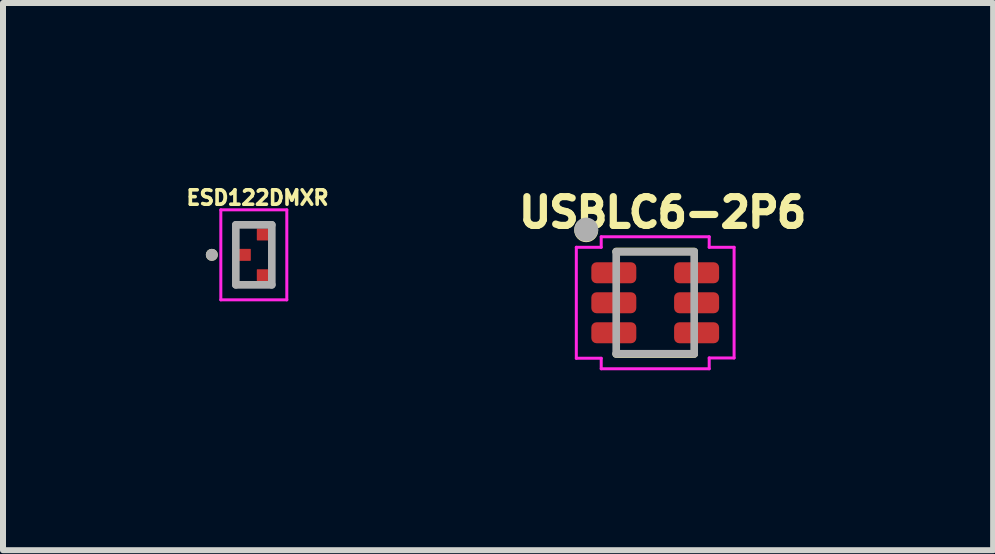
<source format=kicad_pcb>
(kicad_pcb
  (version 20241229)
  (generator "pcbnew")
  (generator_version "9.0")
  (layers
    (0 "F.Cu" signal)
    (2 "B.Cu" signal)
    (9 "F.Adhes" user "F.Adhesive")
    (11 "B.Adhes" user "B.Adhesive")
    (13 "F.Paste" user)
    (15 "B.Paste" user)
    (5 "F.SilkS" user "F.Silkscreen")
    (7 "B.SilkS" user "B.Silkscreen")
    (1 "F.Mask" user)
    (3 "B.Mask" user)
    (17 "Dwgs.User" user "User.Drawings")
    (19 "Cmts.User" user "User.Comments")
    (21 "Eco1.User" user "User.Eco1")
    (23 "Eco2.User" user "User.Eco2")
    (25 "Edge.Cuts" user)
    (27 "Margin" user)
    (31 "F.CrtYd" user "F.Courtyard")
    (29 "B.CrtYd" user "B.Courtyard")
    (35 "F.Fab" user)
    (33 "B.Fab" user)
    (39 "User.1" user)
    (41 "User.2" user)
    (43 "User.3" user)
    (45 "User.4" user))
  (footprint "ESD122DMXR"
    (layer "F.Cu")
    (at 1.181 1.198)
    (property "Reference" "ESD122DMXR" (at 0.062 -0.952 0) (layer "F.SilkS") (effects (font (size 0.24 0.24) (thickness 0.15))))
    (attr smd)
    (fp_poly (pts (xy -0.3 -0.1) (xy -0.3 0.1) (xy -0.3 0.103) (xy -0.3 0.105) (xy -0.299 0.108) (xy -0.299 0.11) (xy -0.298 0.113) (xy -0.298 0.115) (xy -0.297 0.118) (xy -0.296 0.12) (xy -0.295 0.123) (xy -0.293 0.125) (xy -0.292 0.127) (xy -0.29 0.129) (xy -0.289 0.131) (xy -0.287 0.133) (xy -0.285 0.135) (xy -0.283 0.137) (xy -0.281 0.139) (xy -0.279 0.14) (xy -0.277 0.142) (xy -0.275 0.143) (xy -0.273 0.145) (xy -0.27 0.146) (xy -0.268 0.147) (xy -0.265 0.148) (xy -0.263 0.148) (xy -0.26 0.149) (xy -0.258 0.149) (xy -0.255 0.15) (xy -0.253 0.15) (xy -0.25 0.15) (xy -0.05 0.15) (xy -0.047 0.15) (xy -0.045 0.15) (xy -0.042 0.149) (xy -0.04 0.149) (xy -0.037 0.148) (xy -0.035 0.148) (xy -0.032 0.147) (xy -0.03 0.146) (xy -0.027 0.145) (xy -0.025 0.143) (xy -0.023 0.142) (xy -0.021 0.14) (xy -0.019 0.139) (xy -0.017 0.137) (xy -0.015 0.135) (xy -0.013 0.133) (xy -0.011 0.131) (xy -0.01 0.129) (xy -0.008 0.127) (xy -0.007 0.125) (xy -0.005 0.123) (xy -0.004 0.12) (xy -0.003 0.118) (xy -0.002 0.115) (xy -0.002 0.113) (xy -0.001 0.11) (xy -0.001 0.108) (xy 0 0.105) (xy 0 0.103) (xy 0 0.1) (xy 0 -0.1) (xy 0 -0.103) (xy 0 -0.105) (xy -0.001 -0.108) (xy -0.001 -0.11) (xy -0.002 -0.113) (xy -0.002 -0.115) (xy -0.003 -0.118) (xy -0.004 -0.12) (xy -0.005 -0.123) (xy -0.007 -0.125) (xy -0.008 -0.127) (xy -0.01 -0.129) (xy -0.011 -0.131) (xy -0.013 -0.133) (xy -0.015 -0.135) (xy -0.017 -0.137) (xy -0.019 -0.139) (xy -0.021 -0.14) (xy -0.023 -0.142) (xy -0.025 -0.143) (xy -0.027 -0.145) (xy -0.03 -0.146) (xy -0.032 -0.147) (xy -0.035 -0.148) (xy -0.037 -0.148) (xy -0.04 -0.149) (xy -0.042 -0.149) (xy -0.045 -0.15) (xy -0.047 -0.15) (xy -0.05 -0.15) (xy -0.25 -0.15) (xy -0.253 -0.15) (xy -0.255 -0.15) (xy -0.258 -0.149) (xy -0.26 -0.149) (xy -0.263 -0.148) (xy -0.265 -0.148) (xy -0.268 -0.147) (xy -0.27 -0.146) (xy -0.273 -0.145) (xy -0.275 -0.143) (xy -0.277 -0.142) (xy -0.279 -0.14) (xy -0.281 -0.139) (xy -0.283 -0.137) (xy -0.285 -0.135) (xy -0.287 -0.133) (xy -0.289 -0.131) (xy -0.29 -0.129) (xy -0.292 -0.127) (xy -0.293 -0.125) (xy -0.295 -0.123) (xy -0.296 -0.12) (xy -0.297 -0.118) (xy -0.298 -0.115) (xy -0.298 -0.113) (xy -0.299 -0.11) (xy -0.299 -0.108) (xy -0.3 -0.105) (xy -0.3 -0.103) (xy -0.3 -0.1)) (stroke (width 0.01) (type solid)) (fill yes) (layer "F.Mask"))
    (fp_poly (pts (xy 0 -0.44) (xy 0 -0.24) (xy 0 -0.237) (xy 0 -0.235) (xy 0.001 -0.232) (xy 0.001 -0.23) (xy 0.002 -0.227) (xy 0.002 -0.225) (xy 0.003 -0.222) (xy 0.004 -0.22) (xy 0.005 -0.217) (xy 0.007 -0.215) (xy 0.008 -0.213) (xy 0.01 -0.211) (xy 0.011 -0.209) (xy 0.013 -0.207) (xy 0.015 -0.205) (xy 0.017 -0.203) (xy 0.019 -0.201) (xy 0.021 -0.2) (xy 0.023 -0.198) (xy 0.025 -0.197) (xy 0.027 -0.195) (xy 0.03 -0.194) (xy 0.032 -0.193) (xy 0.035 -0.192) (xy 0.037 -0.192) (xy 0.04 -0.191) (xy 0.042 -0.191) (xy 0.045 -0.19) (xy 0.047 -0.19) (xy 0.05 -0.19) (xy 0.25 -0.19) (xy 0.253 -0.19) (xy 0.255 -0.19) (xy 0.258 -0.191) (xy 0.26 -0.191) (xy 0.263 -0.192) (xy 0.265 -0.192) (xy 0.268 -0.193) (xy 0.27 -0.194) (xy 0.273 -0.195) (xy 0.275 -0.197) (xy 0.277 -0.198) (xy 0.279 -0.2) (xy 0.281 -0.201) (xy 0.283 -0.203) (xy 0.285 -0.205) (xy 0.287 -0.207) (xy 0.289 -0.209) (xy 0.29 -0.211) (xy 0.292 -0.213) (xy 0.293 -0.215) (xy 0.295 -0.217) (xy 0.296 -0.22) (xy 0.297 -0.222) (xy 0.298 -0.225) (xy 0.298 -0.227) (xy 0.299 -0.23) (xy 0.299 -0.232) (xy 0.3 -0.235) (xy 0.3 -0.237) (xy 0.3 -0.24) (xy 0.3 -0.44) (xy 0.3 -0.443) (xy 0.3 -0.445) (xy 0.299 -0.448) (xy 0.299 -0.45) (xy 0.298 -0.453) (xy 0.298 -0.455) (xy 0.297 -0.458) (xy 0.296 -0.46) (xy 0.295 -0.463) (xy 0.293 -0.465) (xy 0.292 -0.467) (xy 0.29 -0.469) (xy 0.289 -0.471) (xy 0.287 -0.473) (xy 0.285 -0.475) (xy 0.283 -0.477) (xy 0.281 -0.479) (xy 0.279 -0.48) (xy 0.277 -0.482) (xy 0.275 -0.483) (xy 0.273 -0.485) (xy 0.27 -0.486) (xy 0.268 -0.487) (xy 0.265 -0.488) (xy 0.263 -0.488) (xy 0.26 -0.489) (xy 0.258 -0.489) (xy 0.255 -0.49) (xy 0.253 -0.49) (xy 0.25 -0.49) (xy 0.05 -0.49) (xy 0.047 -0.49) (xy 0.045 -0.49) (xy 0.042 -0.489) (xy 0.04 -0.489) (xy 0.037 -0.488) (xy 0.035 -0.488) (xy 0.032 -0.487) (xy 0.03 -0.486) (xy 0.027 -0.485) (xy 0.025 -0.483) (xy 0.023 -0.482) (xy 0.021 -0.48) (xy 0.019 -0.479) (xy 0.017 -0.477) (xy 0.015 -0.475) (xy 0.013 -0.473) (xy 0.011 -0.471) (xy 0.01 -0.469) (xy 0.008 -0.467) (xy 0.007 -0.465) (xy 0.005 -0.463) (xy 0.004 -0.46) (xy 0.003 -0.458) (xy 0.002 -0.455) (xy 0.002 -0.453) (xy 0.001 -0.45) (xy 0.001 -0.448) (xy 0 -0.445) (xy 0 -0.443) (xy 0 -0.44)) (stroke (width 0.01) (type solid)) (fill yes) (layer "F.Mask"))
    (fp_poly (pts (xy 0 0.24) (xy 0 0.44) (xy 0 0.443) (xy 0 0.445) (xy 0.001 0.448) (xy 0.001 0.45) (xy 0.002 0.453) (xy 0.002 0.455) (xy 0.003 0.458) (xy 0.004 0.46) (xy 0.005 0.463) (xy 0.007 0.465) (xy 0.008 0.467) (xy 0.01 0.469) (xy 0.011 0.471) (xy 0.013 0.473) (xy 0.015 0.475) (xy 0.017 0.477) (xy 0.019 0.479) (xy 0.021 0.48) (xy 0.023 0.482) (xy 0.025 0.483) (xy 0.027 0.485) (xy 0.03 0.486) (xy 0.032 0.487) (xy 0.035 0.488) (xy 0.037 0.488) (xy 0.04 0.489) (xy 0.042 0.489) (xy 0.045 0.49) (xy 0.047 0.49) (xy 0.05 0.49) (xy 0.25 0.49) (xy 0.253 0.49) (xy 0.255 0.49) (xy 0.258 0.489) (xy 0.26 0.489) (xy 0.263 0.488) (xy 0.265 0.488) (xy 0.268 0.487) (xy 0.27 0.486) (xy 0.273 0.485) (xy 0.275 0.483) (xy 0.277 0.482) (xy 0.279 0.48) (xy 0.281 0.479) (xy 0.283 0.477) (xy 0.285 0.475) (xy 0.287 0.473) (xy 0.289 0.471) (xy 0.29 0.469) (xy 0.292 0.467) (xy 0.293 0.465) (xy 0.295 0.463) (xy 0.296 0.46) (xy 0.297 0.458) (xy 0.298 0.455) (xy 0.298 0.453) (xy 0.299 0.45) (xy 0.299 0.448) (xy 0.3 0.445) (xy 0.3 0.443) (xy 0.3 0.44) (xy 0.3 0.24) (xy 0.3 0.237) (xy 0.3 0.235) (xy 0.299 0.232) (xy 0.299 0.23) (xy 0.298 0.227) (xy 0.298 0.225) (xy 0.297 0.222) (xy 0.296 0.22) (xy 0.295 0.217) (xy 0.293 0.215) (xy 0.292 0.213) (xy 0.29 0.211) (xy 0.289 0.209) (xy 0.287 0.207) (xy 0.285 0.205) (xy 0.283 0.203) (xy 0.281 0.201) (xy 0.279 0.2) (xy 0.277 0.198) (xy 0.275 0.197) (xy 0.273 0.195) (xy 0.27 0.194) (xy 0.268 0.193) (xy 0.265 0.192) (xy 0.263 0.192) (xy 0.26 0.191) (xy 0.258 0.191) (xy 0.255 0.19) (xy 0.253 0.19) (xy 0.25 0.19) (xy 0.05 0.19) (xy 0.047 0.19) (xy 0.045 0.19) (xy 0.042 0.191) (xy 0.04 0.191) (xy 0.037 0.192) (xy 0.035 0.192) (xy 0.032 0.193) (xy 0.03 0.194) (xy 0.027 0.195) (xy 0.025 0.197) (xy 0.023 0.198) (xy 0.021 0.2) (xy 0.019 0.201) (xy 0.017 0.203) (xy 0.015 0.205) (xy 0.013 0.207) (xy 0.011 0.209) (xy 0.01 0.211) (xy 0.008 0.213) (xy 0.007 0.215) (xy 0.005 0.217) (xy 0.004 0.22) (xy 0.003 0.222) (xy 0.002 0.225) (xy 0.002 0.227) (xy 0.001 0.23) (xy 0.001 0.232) (xy 0 0.235) (xy 0 0.237) (xy 0 0.24)) (stroke (width 0.01) (type solid)) (fill yes) (layer "F.Mask"))
    (fp_circle (center -0.7 0) (end -0.65 0) (stroke (width 0.1) (type solid)) (fill no) (layer "F.SilkS"))
    (fp_poly (pts (xy -0.205 -0.105) (xy -0.208 -0.105) (xy -0.21 -0.105) (xy -0.213 -0.104) (xy -0.215 -0.104) (xy -0.218 -0.103) (xy -0.22 -0.103) (xy -0.223 -0.102) (xy -0.225 -0.101) (xy -0.228 -0.1) (xy -0.23 -0.098) (xy -0.232 -0.097) (xy -0.234 -0.095) (xy -0.236 -0.094) (xy -0.238 -0.092) (xy -0.24 -0.09) (xy -0.242 -0.088) (xy -0.244 -0.086) (xy -0.245 -0.084) (xy -0.247 -0.082) (xy -0.248 -0.08) (xy -0.25 -0.078) (xy -0.251 -0.075) (xy -0.252 -0.073) (xy -0.253 -0.07) (xy -0.253 -0.068) (xy -0.254 -0.065) (xy -0.254 -0.063) (xy -0.255 -0.06) (xy -0.255 -0.058) (xy -0.255 -0.055) (xy -0.255 0.055) (xy -0.255 0.058) (xy -0.255 0.06) (xy -0.254 0.063) (xy -0.254 0.065) (xy -0.253 0.068) (xy -0.253 0.07) (xy -0.252 0.073) (xy -0.251 0.075) (xy -0.25 0.078) (xy -0.248 0.08) (xy -0.247 0.082) (xy -0.245 0.084) (xy -0.244 0.086) (xy -0.242 0.088) (xy -0.24 0.09) (xy -0.238 0.092) (xy -0.236 0.094) (xy -0.234 0.095) (xy -0.232 0.097) (xy -0.23 0.098) (xy -0.228 0.1) (xy -0.225 0.101) (xy -0.223 0.102) (xy -0.22 0.103) (xy -0.218 0.103) (xy -0.215 0.104) (xy -0.213 0.104) (xy -0.21 0.105) (xy -0.208 0.105) (xy -0.205 0.105) (xy -0.095 0.105) (xy -0.092 0.105) (xy -0.09 0.105) (xy -0.087 0.104) (xy -0.085 0.104) (xy -0.082 0.103) (xy -0.08 0.103) (xy -0.077 0.102) (xy -0.075 0.101) (xy -0.072 0.1) (xy -0.07 0.098) (xy -0.068 0.097) (xy -0.066 0.095) (xy -0.064 0.094) (xy -0.062 0.092) (xy -0.06 0.09) (xy -0.058 0.088) (xy -0.056 0.086) (xy -0.055 0.084) (xy -0.053 0.082) (xy -0.052 0.08) (xy -0.05 0.078) (xy -0.049 0.075) (xy -0.048 0.073) (xy -0.047 0.07) (xy -0.047 0.068) (xy -0.046 0.065) (xy -0.046 0.063) (xy -0.045 0.06) (xy -0.045 0.058) (xy -0.045 0.055) (xy -0.045 -0.055) (xy -0.045 -0.058) (xy -0.045 -0.06) (xy -0.046 -0.063) (xy -0.046 -0.065) (xy -0.047 -0.068) (xy -0.047 -0.07) (xy -0.048 -0.073) (xy -0.049 -0.075) (xy -0.05 -0.078) (xy -0.052 -0.08) (xy -0.053 -0.082) (xy -0.055 -0.084) (xy -0.056 -0.086) (xy -0.058 -0.088) (xy -0.06 -0.09) (xy -0.062 -0.092) (xy -0.064 -0.094) (xy -0.066 -0.095) (xy -0.068 -0.097) (xy -0.07 -0.098) (xy -0.072 -0.1) (xy -0.075 -0.101) (xy -0.077 -0.102) (xy -0.08 -0.103) (xy -0.082 -0.103) (xy -0.085 -0.104) (xy -0.087 -0.104) (xy -0.09 -0.105) (xy -0.092 -0.105) (xy -0.095 -0.105) (xy -0.205 -0.105)) (stroke (width 0.01) (type solid)) (fill yes) (layer "F.Paste"))
    (fp_poly (pts (xy 0.095 -0.445) (xy 0.092 -0.445) (xy 0.09 -0.445) (xy 0.087 -0.444) (xy 0.085 -0.444) (xy 0.082 -0.443) (xy 0.08 -0.443) (xy 0.077 -0.442) (xy 0.075 -0.441) (xy 0.072 -0.44) (xy 0.07 -0.438) (xy 0.068 -0.437) (xy 0.066 -0.435) (xy 0.064 -0.434) (xy 0.062 -0.432) (xy 0.06 -0.43) (xy 0.058 -0.428) (xy 0.056 -0.426) (xy 0.055 -0.424) (xy 0.053 -0.422) (xy 0.052 -0.42) (xy 0.05 -0.418) (xy 0.049 -0.415) (xy 0.048 -0.413) (xy 0.047 -0.41) (xy 0.047 -0.408) (xy 0.046 -0.405) (xy 0.046 -0.403) (xy 0.045 -0.4) (xy 0.045 -0.398) (xy 0.045 -0.395) (xy 0.045 -0.285) (xy 0.045 -0.282) (xy 0.045 -0.28) (xy 0.046 -0.277) (xy 0.046 -0.275) (xy 0.047 -0.272) (xy 0.047 -0.27) (xy 0.048 -0.267) (xy 0.049 -0.265) (xy 0.05 -0.262) (xy 0.052 -0.26) (xy 0.053 -0.258) (xy 0.055 -0.256) (xy 0.056 -0.254) (xy 0.058 -0.252) (xy 0.06 -0.25) (xy 0.062 -0.248) (xy 0.064 -0.246) (xy 0.066 -0.245) (xy 0.068 -0.243) (xy 0.07 -0.242) (xy 0.072 -0.24) (xy 0.075 -0.239) (xy 0.077 -0.238) (xy 0.08 -0.237) (xy 0.082 -0.237) (xy 0.085 -0.236) (xy 0.087 -0.236) (xy 0.09 -0.235) (xy 0.092 -0.235) (xy 0.095 -0.235) (xy 0.205 -0.235) (xy 0.208 -0.235) (xy 0.21 -0.235) (xy 0.213 -0.236) (xy 0.215 -0.236) (xy 0.218 -0.237) (xy 0.22 -0.237) (xy 0.223 -0.238) (xy 0.225 -0.239) (xy 0.228 -0.24) (xy 0.23 -0.242) (xy 0.232 -0.243) (xy 0.234 -0.245) (xy 0.236 -0.246) (xy 0.238 -0.248) (xy 0.24 -0.25) (xy 0.242 -0.252) (xy 0.244 -0.254) (xy 0.245 -0.256) (xy 0.247 -0.258) (xy 0.248 -0.26) (xy 0.25 -0.262) (xy 0.251 -0.265) (xy 0.252 -0.267) (xy 0.253 -0.27) (xy 0.253 -0.272) (xy 0.254 -0.275) (xy 0.254 -0.277) (xy 0.255 -0.28) (xy 0.255 -0.282) (xy 0.255 -0.285) (xy 0.255 -0.395) (xy 0.255 -0.398) (xy 0.255 -0.4) (xy 0.254 -0.403) (xy 0.254 -0.405) (xy 0.253 -0.408) (xy 0.253 -0.41) (xy 0.252 -0.413) (xy 0.251 -0.415) (xy 0.25 -0.418) (xy 0.248 -0.42) (xy 0.247 -0.422) (xy 0.245 -0.424) (xy 0.244 -0.426) (xy 0.242 -0.428) (xy 0.24 -0.43) (xy 0.238 -0.432) (xy 0.236 -0.434) (xy 0.234 -0.435) (xy 0.232 -0.437) (xy 0.23 -0.438) (xy 0.228 -0.44) (xy 0.225 -0.441) (xy 0.223 -0.442) (xy 0.22 -0.443) (xy 0.218 -0.443) (xy 0.215 -0.444) (xy 0.213 -0.444) (xy 0.21 -0.445) (xy 0.208 -0.445) (xy 0.205 -0.445) (xy 0.095 -0.445)) (stroke (width 0.01) (type solid)) (fill yes) (layer "F.Paste"))
    (fp_poly (pts (xy 0.095 0.235) (xy 0.092 0.235) (xy 0.09 0.235) (xy 0.087 0.236) (xy 0.085 0.236) (xy 0.082 0.237) (xy 0.08 0.237) (xy 0.077 0.238) (xy 0.075 0.239) (xy 0.072 0.24) (xy 0.07 0.242) (xy 0.068 0.243) (xy 0.066 0.245) (xy 0.064 0.246) (xy 0.062 0.248) (xy 0.06 0.25) (xy 0.058 0.252) (xy 0.056 0.254) (xy 0.055 0.256) (xy 0.053 0.258) (xy 0.052 0.26) (xy 0.05 0.262) (xy 0.049 0.265) (xy 0.048 0.267) (xy 0.047 0.27) (xy 0.047 0.272) (xy 0.046 0.275) (xy 0.046 0.277) (xy 0.045 0.28) (xy 0.045 0.282) (xy 0.045 0.285) (xy 0.045 0.395) (xy 0.045 0.398) (xy 0.045 0.4) (xy 0.046 0.403) (xy 0.046 0.405) (xy 0.047 0.408) (xy 0.047 0.41) (xy 0.048 0.413) (xy 0.049 0.415) (xy 0.05 0.418) (xy 0.052 0.42) (xy 0.053 0.422) (xy 0.055 0.424) (xy 0.056 0.426) (xy 0.058 0.428) (xy 0.06 0.43) (xy 0.062 0.432) (xy 0.064 0.434) (xy 0.066 0.435) (xy 0.068 0.437) (xy 0.07 0.438) (xy 0.072 0.44) (xy 0.075 0.441) (xy 0.077 0.442) (xy 0.08 0.443) (xy 0.082 0.443) (xy 0.085 0.444) (xy 0.087 0.444) (xy 0.09 0.445) (xy 0.092 0.445) (xy 0.095 0.445) (xy 0.205 0.445) (xy 0.208 0.445) (xy 0.21 0.445) (xy 0.213 0.444) (xy 0.215 0.444) (xy 0.218 0.443) (xy 0.22 0.443) (xy 0.223 0.442) (xy 0.225 0.441) (xy 0.228 0.44) (xy 0.23 0.438) (xy 0.232 0.437) (xy 0.234 0.435) (xy 0.236 0.434) (xy 0.238 0.432) (xy 0.24 0.43) (xy 0.242 0.428) (xy 0.244 0.426) (xy 0.245 0.424) (xy 0.247 0.422) (xy 0.248 0.42) (xy 0.25 0.418) (xy 0.251 0.415) (xy 0.252 0.413) (xy 0.253 0.41) (xy 0.253 0.408) (xy 0.254 0.405) (xy 0.254 0.403) (xy 0.255 0.4) (xy 0.255 0.398) (xy 0.255 0.395) (xy 0.255 0.285) (xy 0.255 0.282) (xy 0.255 0.28) (xy 0.254 0.277) (xy 0.254 0.275) (xy 0.253 0.272) (xy 0.253 0.27) (xy 0.252 0.267) (xy 0.251 0.265) (xy 0.25 0.262) (xy 0.248 0.26) (xy 0.247 0.258) (xy 0.245 0.256) (xy 0.244 0.254) (xy 0.242 0.252) (xy 0.24 0.25) (xy 0.238 0.248) (xy 0.236 0.246) (xy 0.234 0.245) (xy 0.232 0.243) (xy 0.23 0.242) (xy 0.228 0.24) (xy 0.225 0.239) (xy 0.223 0.238) (xy 0.22 0.237) (xy 0.218 0.237) (xy 0.215 0.236) (xy 0.213 0.236) (xy 0.21 0.235) (xy 0.208 0.235) (xy 0.205 0.235) (xy 0.095 0.235)) (stroke (width 0.01) (type solid)) (fill yes) (layer "F.Paste"))
    (fp_line (start -0.55 -0.75) (end -0.55 0.75) (stroke (width 0.05) (type solid)) (layer "F.CrtYd"))
    (fp_line (start -0.55 0.75) (end 0.55 0.75) (stroke (width 0.05) (type solid)) (layer "F.CrtYd"))
    (fp_line (start 0.55 -0.75) (end -0.55 -0.75) (stroke (width 0.05) (type solid)) (layer "F.CrtYd"))
    (fp_line (start 0.55 0.75) (end 0.55 -0.75) (stroke (width 0.05) (type solid)) (layer "F.CrtYd"))
    (fp_line (start -0.3 -0.5) (end 0.3 -0.5) (stroke (width 0.127) (type solid)) (layer "F.Fab"))
    (fp_line (start -0.3 0.5) (end -0.3 -0.5) (stroke (width 0.127) (type solid)) (layer "F.Fab"))
    (fp_line (start 0.3 -0.5) (end 0.3 0.5) (stroke (width 0.127) (type solid)) (layer "F.Fab"))
    (fp_line (start 0.3 0.5) (end -0.3 0.5) (stroke (width 0.127) (type solid)) (layer "F.Fab"))
    (fp_circle (center -0.7 0) (end -0.65 0) (stroke (width 0.1) (type solid)) (fill no) (layer "F.Fab"))
    (pad "1" smd roundrect (at -0.15 0) (size 0.2 0.2) (layers "F.Cu") (roundrect_rratio 0.05))
    (pad "2" smd roundrect (at 0.15 0.34) (size 0.2 0.2) (layers "F.Cu") (roundrect_rratio 0.05))
    (pad "3" smd roundrect (at 0.15 -0.34) (size 0.2 0.2) (layers "F.Cu") (roundrect_rratio 0.05)))
  (footprint "USBLC6-2P6"
    (layer "F.Cu")
    (at 7.872 1.997)
    (property "Reference" "USBLC6-2P6" (at 0.124 -1.505 0) (layer "F.SilkS") (effects (font (size 0.48 0.48) (thickness 0.15))))
    (attr smd)
    (fp_line (start 0.65 -0.855) (end -0.65 -0.855) (stroke (width 0.127) (type solid)) (layer "F.SilkS"))
    (fp_line (start 0.65 0.855) (end -0.65 0.855) (stroke (width 0.127) (type solid)) (layer "F.SilkS"))
    (fp_circle (center -1.15 -1.21) (end -1.05 -1.21) (stroke (width 0.2) (type solid)) (fill no) (layer "F.SilkS"))
    (fp_line (start -1.315 -0.925) (end -0.9 -0.925) (stroke (width 0.05) (type solid)) (layer "F.CrtYd"))
    (fp_line (start -1.315 0.925) (end -1.315 -0.925) (stroke (width 0.05) (type solid)) (layer "F.CrtYd"))
    (fp_line (start -0.9 -1.1) (end 0.9 -1.1) (stroke (width 0.05) (type solid)) (layer "F.CrtYd"))
    (fp_line (start -0.9 -0.925) (end -0.9 -1.1) (stroke (width 0.05) (type solid)) (layer "F.CrtYd"))
    (fp_line (start -0.9 0.925) (end -1.315 0.925) (stroke (width 0.05) (type solid)) (layer "F.CrtYd"))
    (fp_line (start -0.9 1.1) (end -0.9 0.925) (stroke (width 0.05) (type solid)) (layer "F.CrtYd"))
    (fp_line (start 0.9 -1.1) (end 0.9 -0.925) (stroke (width 0.05) (type solid)) (layer "F.CrtYd"))
    (fp_line (start 0.9 -0.925) (end 1.315 -0.925) (stroke (width 0.05) (type solid)) (layer "F.CrtYd"))
    (fp_line (start 0.9 0.92) (end 0.9 1.1) (stroke (width 0.05) (type solid)) (layer "F.CrtYd"))
    (fp_line (start 0.9 1.1) (end -0.9 1.1) (stroke (width 0.05) (type solid)) (layer "F.CrtYd"))
    (fp_line (start 1.315 -0.925) (end 1.315 0.92) (stroke (width 0.05) (type solid)) (layer "F.CrtYd"))
    (fp_line (start 1.315 0.92) (end 0.9 0.92) (stroke (width 0.05) (type solid)) (layer "F.CrtYd"))
    (fp_line (start -0.65 -0.85) (end 0.65 -0.85) (stroke (width 0.127) (type solid)) (layer "F.Fab"))
    (fp_line (start -0.65 0.85) (end -0.65 -0.85) (stroke (width 0.127) (type solid)) (layer "F.Fab"))
    (fp_line (start 0.65 -0.85) (end 0.65 0.85) (stroke (width 0.127) (type solid)) (layer "F.Fab"))
    (fp_line (start 0.65 0.85) (end -0.65 0.85) (stroke (width 0.127) (type solid)) (layer "F.Fab"))
    (fp_circle (center -1.15 -1.22) (end -1.05 -1.22) (stroke (width 0.2) (type solid)) (fill no) (layer "F.Fab"))
    (pad "1" smd roundrect (at -0.69 -0.5) (size 0.75 0.35) (layers "F.Cu" "F.Mask" "F.Paste") (roundrect_rratio 0.25))
    (pad "2" smd roundrect (at -0.69 0) (size 0.75 0.35) (layers "F.Cu" "F.Mask" "F.Paste") (roundrect_rratio 0.25))
    (pad "3" smd roundrect (at -0.69 0.5) (size 0.75 0.35) (layers "F.Cu" "F.Mask" "F.Paste") (roundrect_rratio 0.25))
    (pad "4" smd roundrect (at 0.69 0.5) (size 0.75 0.35) (layers "F.Cu" "F.Mask" "F.Paste") (roundrect_rratio 0.25))
    (pad "5" smd roundrect (at 0.69 0) (size 0.75 0.35) (layers "F.Cu" "F.Mask" "F.Paste") (roundrect_rratio 0.25))
    (pad "6" smd roundrect (at 0.69 -0.5) (size 0.75 0.35) (layers "F.Cu" "F.Mask" "F.Paste") (roundrect_rratio 0.25)))
  (gr_rect
    (start -3 -3)
    (end 13.505 6.122)
    (stroke (width 0.1) (type default))
    (fill no)
    (layer "Edge.Cuts")))
</source>
